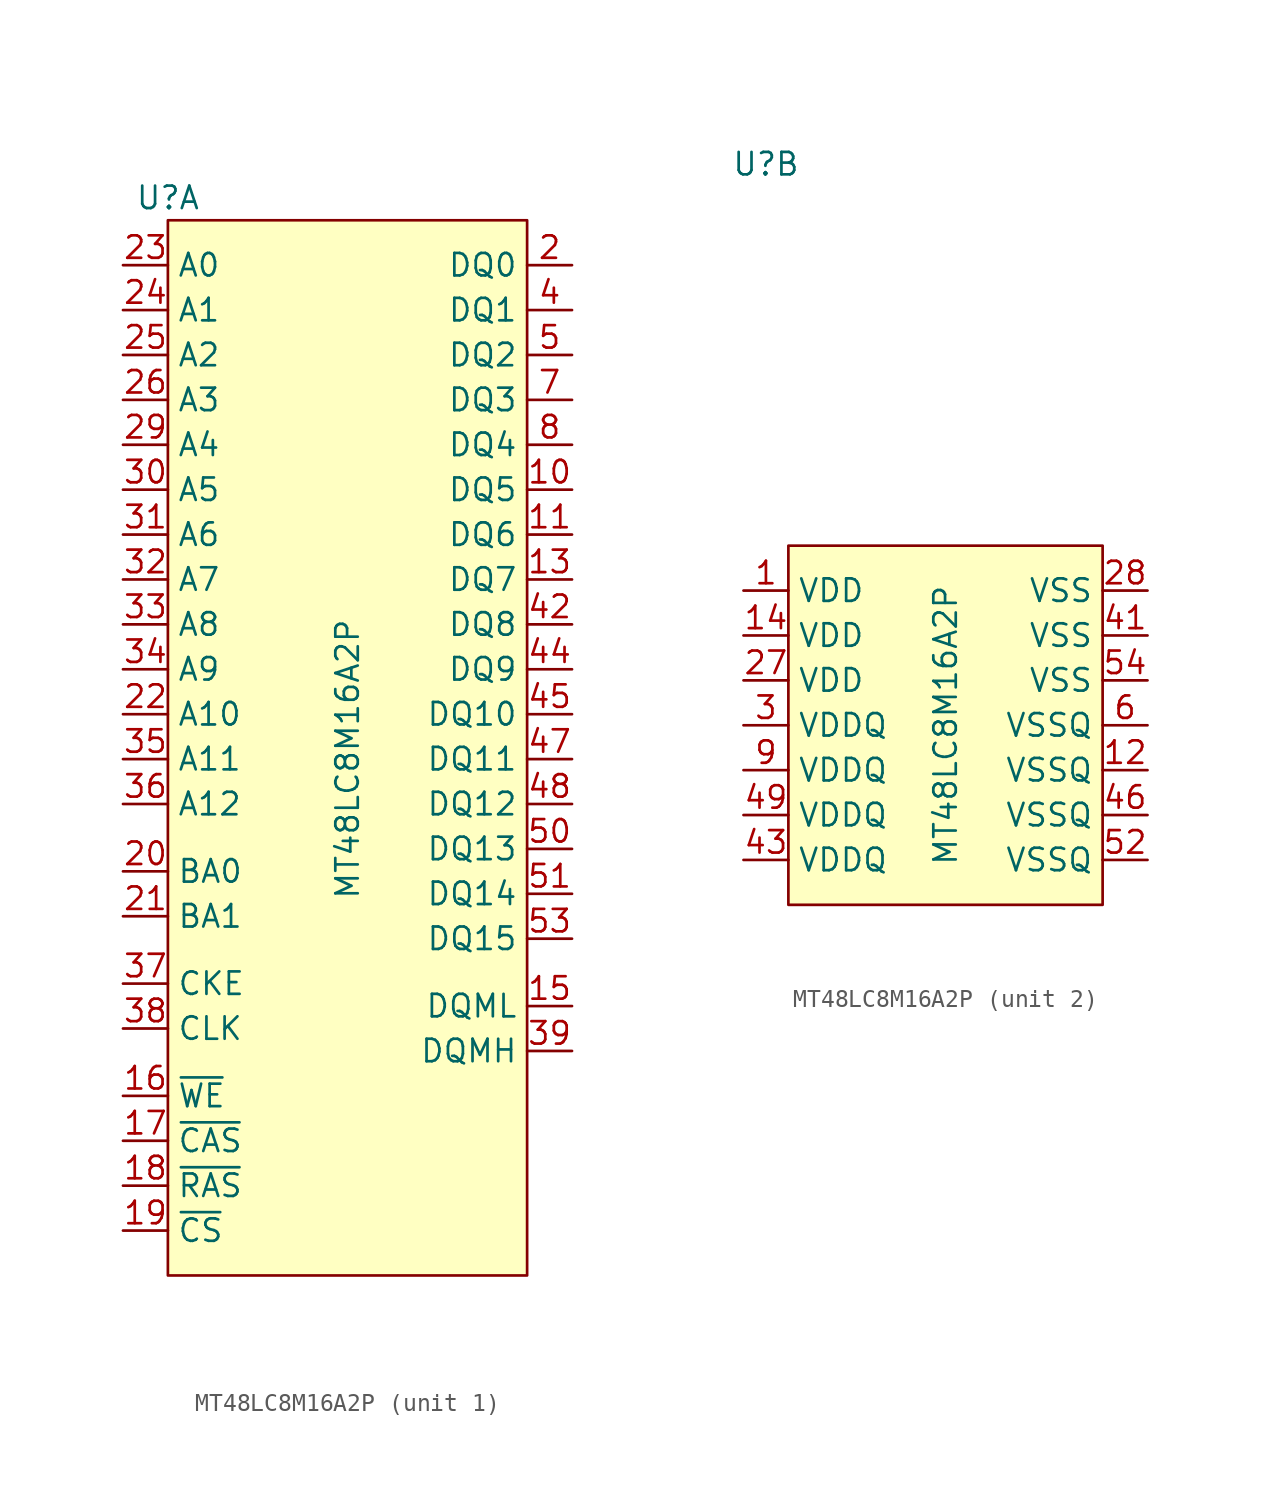
<source format=kicad_sym>
(kicad_symbol_lib
  (version 20210619)
  (generator kicad_symbol_editor)
  (symbol "MT48LC8M16A2P:MT48LC8M16A2P"
    (property "Reference" "U"
      (at -10.16 31.75 0)
      (effects (font (size 1.27 1.27))))
    (property "Value" "MT48LC8M16A2P"
      (at 0 0 90)
      (effects (font (size 1.27 1.27))))
    (property "ki_locked" ""
      (at 0 0 0)
      (effects (font (size 1.27 1.27))))
    (symbol "MT48LC8M16A2P_1_1"
      (rectangle (start -10.16 30.48) (end 10.16 -29.21) (stroke (width 0.152)) (fill (type background)))
      (pin bidirectional line (at 12.7 15.24 180) (length 2.54) (name "DQ5" (effects (font (size 1.27 1.27)))) (number "10" (effects (font (size 1.27 1.27)))))
      (pin bidirectional line (at 12.7 12.7 180) (length 2.54) (name "DQ6" (effects (font (size 1.27 1.27)))) (number "11" (effects (font (size 1.27 1.27)))))
      (pin bidirectional line (at 12.7 10.16 180) (length 2.54) (name "DQ7" (effects (font (size 1.27 1.27)))) (number "13" (effects (font (size 1.27 1.27)))))
      (pin input line (at 12.7 -13.97 180) (length 2.54) (name "DQML" (effects (font (size 1.27 1.27)))) (number "15" (effects (font (size 1.27 1.27)))))
      (pin input line (at -12.7 -19.05 0) (length 2.54) (name "~{WE}" (effects (font (size 1.27 1.27)))) (number "16" (effects (font (size 1.27 1.27)))))
      (pin input line (at -12.7 -21.59 0) (length 2.54) (name "~{CAS}" (effects (font (size 1.27 1.27)))) (number "17" (effects (font (size 1.27 1.27)))))
      (pin input line (at -12.7 -24.13 0) (length 2.54) (name "~{RAS}" (effects (font (size 1.27 1.27)))) (number "18" (effects (font (size 1.27 1.27)))))
      (pin input line (at -12.7 -26.67 0) (length 2.54) (name "~{CS}" (effects (font (size 1.27 1.27)))) (number "19" (effects (font (size 1.27 1.27)))))
      (pin bidirectional line (at 12.7 27.94 180) (length 2.54) (name "DQ0" (effects (font (size 1.27 1.27)))) (number "2" (effects (font (size 1.27 1.27)))))
      (pin input line (at -12.7 -6.35 0) (length 2.54) (name "BA0" (effects (font (size 1.27 1.27)))) (number "20" (effects (font (size 1.27 1.27)))))
      (pin input line (at -12.7 -8.89 0) (length 2.54) (name "BA1" (effects (font (size 1.27 1.27)))) (number "21" (effects (font (size 1.27 1.27)))))
      (pin input line (at -12.7 2.54 0) (length 2.54) (name "A10" (effects (font (size 1.27 1.27)))) (number "22" (effects (font (size 1.27 1.27)))))
      (pin input line (at -12.7 27.94 0) (length 2.54) (name "A0" (effects (font (size 1.27 1.27)))) (number "23" (effects (font (size 1.27 1.27)))))
      (pin input line (at -12.7 25.4 0) (length 2.54) (name "A1" (effects (font (size 1.27 1.27)))) (number "24" (effects (font (size 1.27 1.27)))))
      (pin input line (at -12.7 22.86 0) (length 2.54) (name "A2" (effects (font (size 1.27 1.27)))) (number "25" (effects (font (size 1.27 1.27)))))
      (pin input line (at -12.7 20.32 0) (length 2.54) (name "A3" (effects (font (size 1.27 1.27)))) (number "26" (effects (font (size 1.27 1.27)))))
      (pin input line (at -12.7 17.78 0) (length 2.54) (name "A4" (effects (font (size 1.27 1.27)))) (number "29" (effects (font (size 1.27 1.27)))))
      (pin input line (at -12.7 15.24 0) (length 2.54) (name "A5" (effects (font (size 1.27 1.27)))) (number "30" (effects (font (size 1.27 1.27)))))
      (pin input line (at -12.7 12.7 0) (length 2.54) (name "A6" (effects (font (size 1.27 1.27)))) (number "31" (effects (font (size 1.27 1.27)))))
      (pin input line (at -12.7 10.16 0) (length 2.54) (name "A7" (effects (font (size 1.27 1.27)))) (number "32" (effects (font (size 1.27 1.27)))))
      (pin input line (at -12.7 7.62 0) (length 2.54) (name "A8" (effects (font (size 1.27 1.27)))) (number "33" (effects (font (size 1.27 1.27)))))
      (pin input line (at -12.7 5.08 0) (length 2.54) (name "A9" (effects (font (size 1.27 1.27)))) (number "34" (effects (font (size 1.27 1.27)))))
      (pin input line (at -12.7 0 0) (length 2.54) (name "A11" (effects (font (size 1.27 1.27)))) (number "35" (effects (font (size 1.27 1.27)))))
      (pin input line (at -12.7 -2.54 0) (length 2.54) (name "A12" (effects (font (size 1.27 1.27)))) (number "36" (effects (font (size 1.27 1.27)))))
      (pin input line (at -12.7 -12.7 0) (length 2.54) (name "CKE" (effects (font (size 1.27 1.27)))) (number "37" (effects (font (size 1.27 1.27)))))
      (pin input line (at -12.7 -15.24 0) (length 2.54) (name "CLK" (effects (font (size 1.27 1.27)))) (number "38" (effects (font (size 1.27 1.27)))))
      (pin input line (at 12.7 -16.51 180) (length 2.54) (name "DQMH" (effects (font (size 1.27 1.27)))) (number "39" (effects (font (size 1.27 1.27)))))
      (pin bidirectional line (at 12.7 25.4 180) (length 2.54) (name "DQ1" (effects (font (size 1.27 1.27)))) (number "4" (effects (font (size 1.27 1.27)))))
      (pin no_connect line (at 12.7 -26.67 180) (length 2.54) hide (name "NC" (effects (font (size 1.27 1.27)))) (number "40" (effects (font (size 1.27 1.27)))))
      (pin bidirectional line (at 12.7 7.62 180) (length 2.54) (name "DQ8" (effects (font (size 1.27 1.27)))) (number "42" (effects (font (size 1.27 1.27)))))
      (pin bidirectional line (at 12.7 5.08 180) (length 2.54) (name "DQ9" (effects (font (size 1.27 1.27)))) (number "44" (effects (font (size 1.27 1.27)))))
      (pin bidirectional line (at 12.7 2.54 180) (length 2.54) (name "DQ10" (effects (font (size 1.27 1.27)))) (number "45" (effects (font (size 1.27 1.27)))))
      (pin bidirectional line (at 12.7 0 180) (length 2.54) (name "DQ11" (effects (font (size 1.27 1.27)))) (number "47" (effects (font (size 1.27 1.27)))))
      (pin bidirectional line (at 12.7 -2.54 180) (length 2.54) (name "DQ12" (effects (font (size 1.27 1.27)))) (number "48" (effects (font (size 1.27 1.27)))))
      (pin bidirectional line (at 12.7 22.86 180) (length 2.54) (name "DQ2" (effects (font (size 1.27 1.27)))) (number "5" (effects (font (size 1.27 1.27)))))
      (pin bidirectional line (at 12.7 -5.08 180) (length 2.54) (name "DQ13" (effects (font (size 1.27 1.27)))) (number "50" (effects (font (size 1.27 1.27)))))
      (pin bidirectional line (at 12.7 -7.62 180) (length 2.54) (name "DQ14" (effects (font (size 1.27 1.27)))) (number "51" (effects (font (size 1.27 1.27)))))
      (pin bidirectional line (at 12.7 -10.16 180) (length 2.54) (name "DQ15" (effects (font (size 1.27 1.27)))) (number "53" (effects (font (size 1.27 1.27)))))
      (pin bidirectional line (at 12.7 20.32 180) (length 2.54) (name "DQ3" (effects (font (size 1.27 1.27)))) (number "7" (effects (font (size 1.27 1.27)))))
      (pin bidirectional line (at 12.7 17.78 180) (length 2.54) (name "DQ4" (effects (font (size 1.27 1.27)))) (number "8" (effects (font (size 1.27 1.27))))))
    (symbol "MT48LC8M16A2P_2_1"
      (rectangle (start -8.89 10.16) (end 8.89 -10.16) (stroke (width 0.152)) (fill (type background)))
      (pin power_in line (at -11.43 7.62 0) (length 2.54) (name "VDD" (effects (font (size 1.27 1.27)))) (number "1" (effects (font (size 1.27 1.27)))))
      (pin power_in line (at 11.43 -2.54 180) (length 2.54) (name "VSSQ" (effects (font (size 1.27 1.27)))) (number "12" (effects (font (size 1.27 1.27)))))
      (pin power_in line (at -11.43 5.08 0) (length 2.54) (name "VDD" (effects (font (size 1.27 1.27)))) (number "14" (effects (font (size 1.27 1.27)))))
      (pin power_in line (at -11.43 2.54 0) (length 2.54) (name "VDD" (effects (font (size 1.27 1.27)))) (number "27" (effects (font (size 1.27 1.27)))))
      (pin power_in line (at 11.43 7.62 180) (length 2.54) (name "VSS" (effects (font (size 1.27 1.27)))) (number "28" (effects (font (size 1.27 1.27)))))
      (pin power_in line (at -11.43 0 0) (length 2.54) (name "VDDQ" (effects (font (size 1.27 1.27)))) (number "3" (effects (font (size 1.27 1.27)))))
      (pin power_in line (at 11.43 5.08 180) (length 2.54) (name "VSS" (effects (font (size 1.27 1.27)))) (number "41" (effects (font (size 1.27 1.27)))))
      (pin power_in line (at -11.43 -7.62 0) (length 2.54) (name "VDDQ" (effects (font (size 1.27 1.27)))) (number "43" (effects (font (size 1.27 1.27)))))
      (pin power_in line (at 11.43 -5.08 180) (length 2.54) (name "VSSQ" (effects (font (size 1.27 1.27)))) (number "46" (effects (font (size 1.27 1.27)))))
      (pin power_in line (at -11.43 -5.08 0) (length 2.54) (name "VDDQ" (effects (font (size 1.27 1.27)))) (number "49" (effects (font (size 1.27 1.27)))))
      (pin power_in line (at 11.43 -7.62 180) (length 2.54) (name "VSSQ" (effects (font (size 1.27 1.27)))) (number "52" (effects (font (size 1.27 1.27)))))
      (pin power_in line (at 11.43 2.54 180) (length 2.54) (name "VSS" (effects (font (size 1.27 1.27)))) (number "54" (effects (font (size 1.27 1.27)))))
      (pin power_in line (at 11.43 0 180) (length 2.54) (name "VSSQ" (effects (font (size 1.27 1.27)))) (number "6" (effects (font (size 1.27 1.27)))))
      (pin power_in line (at -11.43 -2.54 0) (length 2.54) (name "VDDQ" (effects (font (size 1.27 1.27)))) (number "9" (effects (font (size 1.27 1.27))))))))
</source>
